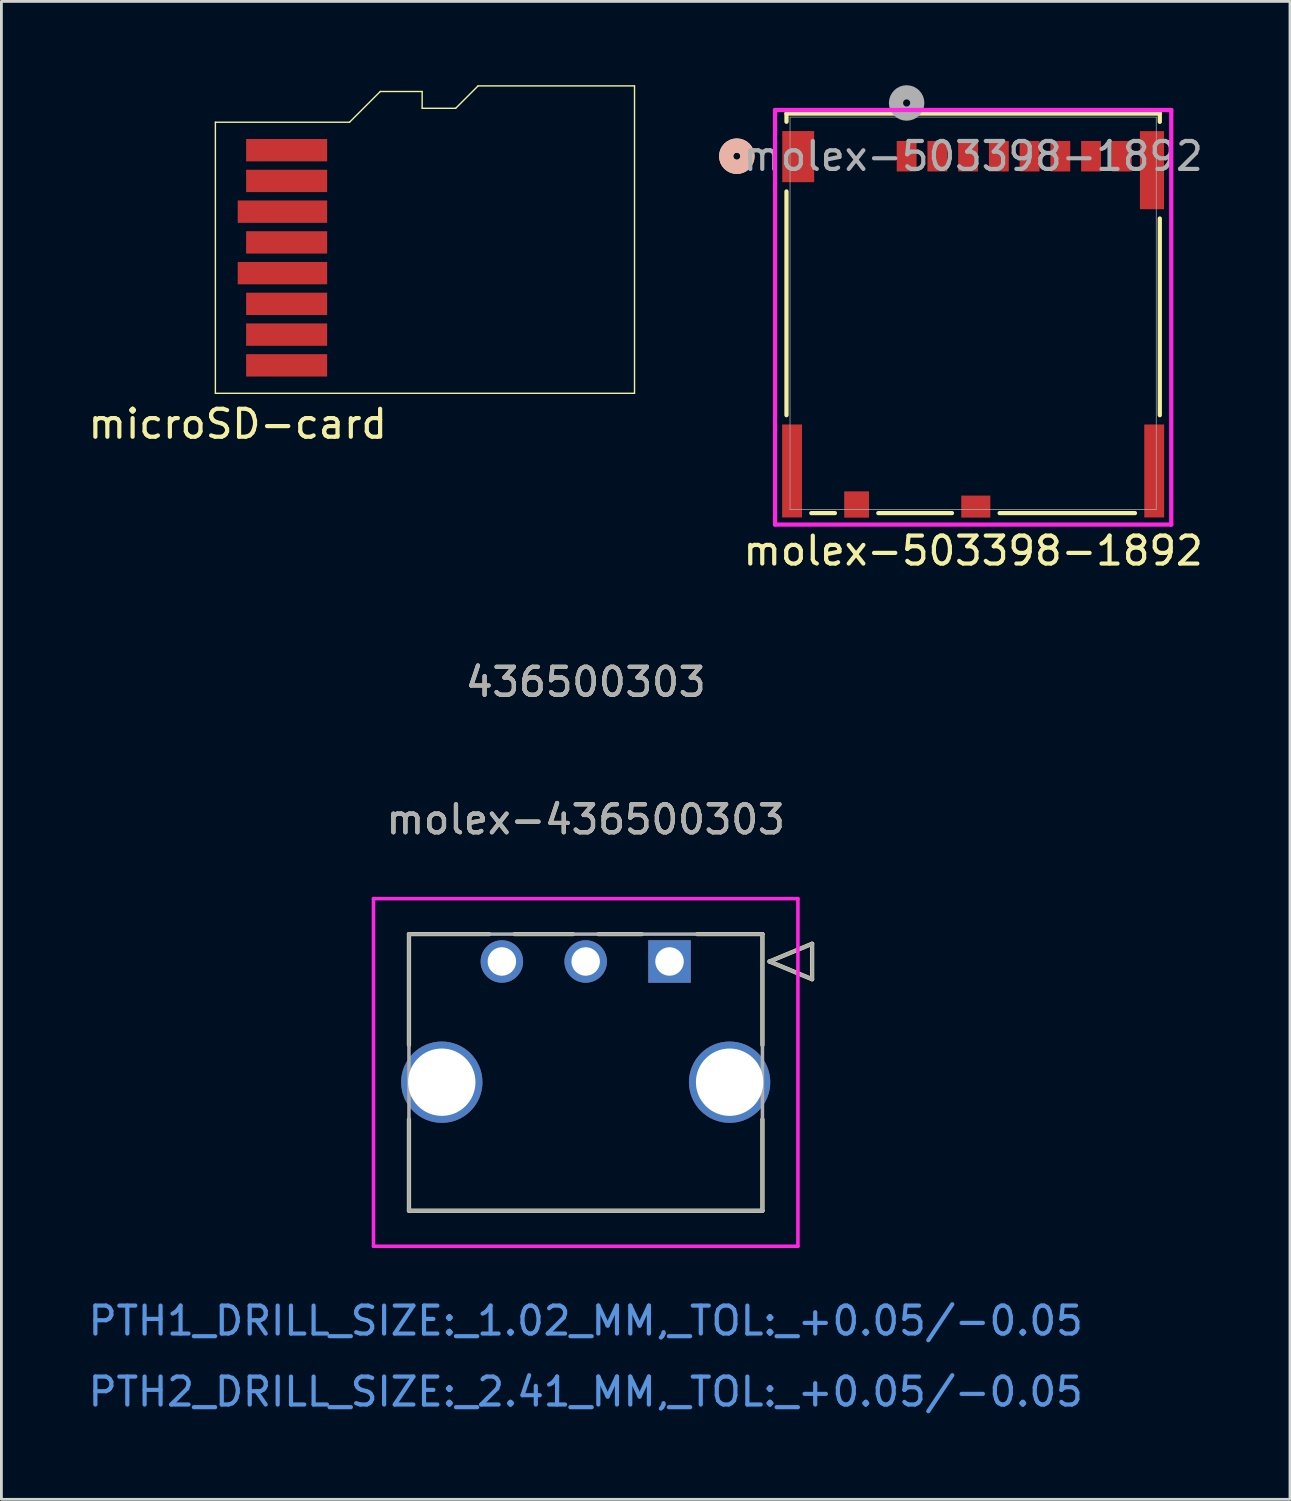
<source format=kicad_pcb>
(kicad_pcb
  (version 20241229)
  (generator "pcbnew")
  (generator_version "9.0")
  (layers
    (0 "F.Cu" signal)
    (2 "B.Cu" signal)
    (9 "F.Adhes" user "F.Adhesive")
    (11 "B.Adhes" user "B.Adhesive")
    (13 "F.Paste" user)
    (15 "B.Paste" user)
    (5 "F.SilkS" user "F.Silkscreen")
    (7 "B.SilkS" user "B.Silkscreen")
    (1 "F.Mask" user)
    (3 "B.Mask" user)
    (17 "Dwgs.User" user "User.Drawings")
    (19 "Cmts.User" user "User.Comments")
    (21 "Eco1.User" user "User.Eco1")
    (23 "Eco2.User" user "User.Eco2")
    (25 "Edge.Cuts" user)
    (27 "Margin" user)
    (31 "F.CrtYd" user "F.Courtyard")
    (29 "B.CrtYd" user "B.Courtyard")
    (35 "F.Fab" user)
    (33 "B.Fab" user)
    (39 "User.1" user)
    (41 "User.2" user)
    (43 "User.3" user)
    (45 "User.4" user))
  (footprint "molex-436500303"
    (layer "F.Cu")
    (at 20.911 31.36)
    (property "Reference" "molex-436500303" (at -3 -5.08 0) (unlocked yes) (layer "F.SilkS") (effects (font (size 1 1) (thickness 0.15))))
    (attr through_hole)
    (fp_line (start -9.325 -0.98) (end -9.325 2.99) (stroke (width 0.152) (type solid)) (layer "F.SilkS"))
    (fp_line (start -9.325 5.65) (end -9.325 8.92) (stroke (width 0.152) (type solid)) (layer "F.SilkS"))
    (fp_line (start -9.325 8.92) (end 3.325 8.92) (stroke (width 0.152) (type solid)) (layer "F.SilkS"))
    (fp_line (start -6.454 -0.98) (end -9.325 -0.98) (stroke (width 0.152) (type solid)) (layer "F.SilkS"))
    (fp_line (start -3.454 -0.98) (end -5.546 -0.98) (stroke (width 0.152) (type solid)) (layer "F.SilkS"))
    (fp_line (start -0.992 -0.98) (end -2.546 -0.98) (stroke (width 0.152) (type solid)) (layer "F.SilkS"))
    (fp_line (start 3.325 -0.98) (end 0.992 -0.98) (stroke (width 0.152) (type solid)) (layer "F.SilkS"))
    (fp_line (start 3.325 2.99) (end 3.325 -0.98) (stroke (width 0.152) (type solid)) (layer "F.SilkS"))
    (fp_line (start 3.325 8.92) (end 3.325 5.65) (stroke (width 0.152) (type solid)) (layer "F.SilkS"))
    (fp_line (start 3.579 0) (end 5.103 -0.635) (stroke (width 0.152) (type solid)) (layer "F.SilkS"))
    (fp_line (start 5.103 -0.635) (end 5.103 0.635) (stroke (width 0.152) (type solid)) (layer "F.SilkS"))
    (fp_line (start 5.103 0.635) (end 3.579 0) (stroke (width 0.152) (type solid)) (layer "F.SilkS"))
    (fp_line (start -10.595 -2.25) (end -10.595 10.19) (stroke (width 0.127) (type solid)) (layer "F.CrtYd"))
    (fp_line (start -10.595 10.19) (end 4.595 10.19) (stroke (width 0.127) (type solid)) (layer "F.CrtYd"))
    (fp_line (start 4.595 -2.25) (end -10.595 -2.25) (stroke (width 0.127) (type solid)) (layer "F.CrtYd"))
    (fp_line (start 4.595 10.19) (end 4.595 -2.25) (stroke (width 0.127) (type solid)) (layer "F.CrtYd"))
    (fp_line (start -9.325 -0.98) (end -9.325 8.92) (stroke (width 0.127) (type solid)) (layer "F.Fab"))
    (fp_line (start -9.325 8.92) (end 3.325 8.92) (stroke (width 0.127) (type solid)) (layer "F.Fab"))
    (fp_line (start 3.325 -0.98) (end -9.325 -0.98) (stroke (width 0.127) (type solid)) (layer "F.Fab"))
    (fp_line (start 3.325 8.92) (end 3.325 -0.98) (stroke (width 0.127) (type solid)) (layer "F.Fab"))
    (fp_line (start 3.579 0) (end 5.103 -0.635) (stroke (width 0.127) (type solid)) (layer "F.Fab"))
    (fp_line (start 5.103 -0.635) (end 5.103 0.635) (stroke (width 0.127) (type solid)) (layer "F.Fab"))
    (fp_line (start 5.103 0.635) (end 3.579 0) (stroke (width 0.127) (type solid)) (layer "F.Fab"))
    (fp_text user "436500303" (at -3 -10 0) (unlocked yes) (layer "F.SilkS") (effects (font (size 1 1) (thickness 0.15))))
    (fp_text user "PTH2_DRILL_SIZE:_2.41_MM,_TOL:_+0.05/-0.05" (at -3 15.4 0) (unlocked yes) (layer "Cmts.User") (effects (font (size 1 1) (thickness 0.15))))
    (fp_text user "PTH1_DRILL_SIZE:_1.02_MM,_TOL:_+0.05/-0.05" (at -3 12.86 0) (unlocked yes) (layer "Cmts.User") (effects (font (size 1 1) (thickness 0.15))))
    (fp_text user "436500303" (at -3 -10 0) (unlocked yes) (layer "F.Fab") (effects (font (size 1 1) (thickness 0.15))))
    (fp_text user "${REFERENCE}" (at -3 -5.08 0) (unlocked yes) (layer "F.Fab") (effects (font (size 1 1) (thickness 0.15))))
    (pad "1" thru_hole rect (at 0 0) (size 1.52 1.52) (drill 1.02) (layers "*.Cu" "*.Mask"))
    (pad "2" thru_hole circle (at -3 0) (size 1.52 1.52) (drill 1.02) (layers "*.Cu" "*.Mask"))
    (pad "3" thru_hole circle (at -6 0) (size 1.52 1.52) (drill 1.02) (layers "*.Cu" "*.Mask"))
    (pad "P1" thru_hole circle (at 2.15 4.32) (size 2.91 2.91) (drill 2.41) (layers "*.Cu" "*.Mask"))
    (pad "P2" thru_hole circle (at -8.15 4.32) (size 2.91 2.91) (drill 2.41) (layers "*.Cu" "*.Mask")))
  (footprint "microSD-card"
    (layer "F.Cu")
    (at 12.158 6.125)
    (property "Reference" "microSD-card" (at -6.7 6 0) (layer "F.SilkS") (effects (font (size 1 1) (thickness 0.15))))
    (attr through_hole)
    (fp_line (start -7.5 -4.8) (end -7.5 4.9) (stroke (width 0.05) (type solid)) (layer "F.SilkS"))
    (fp_line (start -2.7 -4.8) (end -7.5 -4.8) (stroke (width 0.05) (type solid)) (layer "F.SilkS"))
    (fp_line (start -2.7 -4.8) (end -1.6 -5.9) (stroke (width 0.05) (type solid)) (layer "F.SilkS"))
    (fp_line (start -0.1 -5.9) (end -1.6 -5.9) (stroke (width 0.05) (type solid)) (layer "F.SilkS"))
    (fp_line (start -0.1 -5.9) (end -0.1 -5.3) (stroke (width 0.05) (type solid)) (layer "F.SilkS"))
    (fp_line (start 1.1 -5.3) (end -0.1 -5.3) (stroke (width 0.05) (type solid)) (layer "F.SilkS"))
    (fp_line (start 1.1 -5.3) (end 1.9 -6.1) (stroke (width 0.05) (type solid)) (layer "F.SilkS"))
    (fp_line (start 1.9 -6.1) (end 7.5 -6.1) (stroke (width 0.05) (type solid)) (layer "F.SilkS"))
    (fp_line (start 7.5 -6.1) (end 7.5 4.9) (stroke (width 0.05) (type solid)) (layer "F.SilkS"))
    (fp_line (start 7.5 4.9) (end -7.5 4.9) (stroke (width 0.05) (type solid)) (layer "F.SilkS"))
    (pad "1" smd rect (at -4.95 -3.8 270) (size 0.8 2.9) (layers "F.Cu" "F.Mask" "F.Paste"))
    (pad "2" smd rect (at -4.95 -2.7 270) (size 0.8 2.9) (layers "F.Cu" "F.Mask" "F.Paste"))
    (pad "3" smd rect (at -5.1 -1.6 270) (size 0.8 3.2) (layers "F.Cu" "F.Mask" "F.Paste"))
    (pad "4" smd rect (at -4.95 -0.5 270) (size 0.8 2.9) (layers "F.Cu" "F.Mask" "F.Paste"))
    (pad "5" smd rect (at -5.1 0.6 270) (size 0.8 3.2) (layers "F.Cu" "F.Mask" "F.Paste"))
    (pad "6" smd rect (at -4.95 1.7 270) (size 0.8 2.9) (layers "F.Cu" "F.Mask" "F.Paste"))
    (pad "7" smd rect (at -4.95 2.8 270) (size 0.8 2.9) (layers "F.Cu" "F.Mask" "F.Paste"))
    (pad "8" smd rect (at -4.95 3.9 270) (size 0.8 2.9) (layers "F.Cu" "F.Mask" "F.Paste")))
  (footprint "molex-503398-1892"
    (layer "F.Cu")
    (at 31.777 8.163)
    (property "Reference" "molex-503398-1892" (at 0 8.5 0) (unlocked yes) (layer "F.SilkS") (effects (font (size 1 1) (thickness 0.15))))
    (attr smd)
    (fp_line (start -6.68 -7.15) (end -6.68 -6.855) (stroke (width 0.152) (type solid)) (layer "F.SilkS"))
    (fp_line (start -6.68 -4.361) (end -6.68 3.645) (stroke (width 0.152) (type solid)) (layer "F.SilkS"))
    (fp_line (start -5.792 7.15) (end -4.947 7.15) (stroke (width 0.152) (type solid)) (layer "F.SilkS"))
    (fp_line (start -3.393 7.15) (end -0.758 7.15) (stroke (width 0.152) (type solid)) (layer "F.SilkS"))
    (fp_line (start 0.948 7.15) (end 5.792 7.15) (stroke (width 0.152) (type solid)) (layer "F.SilkS"))
    (fp_line (start 6.68 -7.15) (end -6.68 -7.15) (stroke (width 0.152) (type solid)) (layer "F.SilkS"))
    (fp_line (start 6.68 -6.853) (end 6.68 -7.15) (stroke (width 0.152) (type solid)) (layer "F.SilkS"))
    (fp_line (start 6.68 3.645) (end 6.68 -3.393) (stroke (width 0.152) (type solid)) (layer "F.SilkS"))
    (fp_circle (center -8.458 -5.623) (end -8.077 -5.623) (stroke (width 0.508) (type solid)) (fill no) (layer "F.SilkS"))
    (fp_circle (center -8.458 -5.623) (end -8.077 -5.623) (stroke (width 0.508) (type solid)) (fill no) (layer "B.SilkS"))
    (fp_line (start -7.09 -7.277) (end -7.09 7.56) (stroke (width 0.152) (type solid)) (layer "F.CrtYd"))
    (fp_line (start -7.09 7.56) (end 7.09 7.56) (stroke (width 0.152) (type solid)) (layer "F.CrtYd"))
    (fp_line (start 7.09 -7.277) (end -7.09 -7.277) (stroke (width 0.152) (type solid)) (layer "F.CrtYd"))
    (fp_line (start 7.09 7.56) (end 7.09 -7.277) (stroke (width 0.152) (type solid)) (layer "F.CrtYd"))
    (fp_line (start -6.553 -7.023) (end -6.553 7.023) (stroke (width 0.025) (type solid)) (layer "F.Fab"))
    (fp_line (start -6.553 7.023) (end 6.553 7.023) (stroke (width 0.025) (type solid)) (layer "F.Fab"))
    (fp_line (start 6.553 -7.023) (end -6.553 -7.023) (stroke (width 0.025) (type solid)) (layer "F.Fab"))
    (fp_line (start 6.553 7.023) (end 6.553 -7.023) (stroke (width 0.025) (type solid)) (layer "F.Fab"))
    (fp_circle (center -2.38 -7.528) (end -1.999 -7.528) (stroke (width 0.508) (type solid)) (fill no) (layer "F.Fab"))
    (fp_text user "${REFERENCE}" (at 0 -5.623 0) (unlocked yes) (layer "F.Fab") (effects (font (size 1 1) (thickness 0.15))))
    (pad "1" smd rect (at -2.38 -5.623) (size 0.711 1.092) (layers "F.Cu" "F.Mask" "F.Paste"))
    (pad "2" smd rect (at -1.28 -5.623) (size 0.711 1.092) (layers "F.Cu" "F.Mask" "F.Paste"))
    (pad "3" smd rect (at -0.18 -5.623) (size 0.711 1.092) (layers "F.Cu" "F.Mask" "F.Paste"))
    (pad "4" smd rect (at 0.92 -5.623) (size 0.711 1.092) (layers "F.Cu" "F.Mask" "F.Paste"))
    (pad "5" smd rect (at 2.02 -5.623) (size 0.711 1.092) (layers "F.Cu" "F.Mask" "F.Paste"))
    (pad "6" smd rect (at 3.12 -5.623) (size 0.711 1.092) (layers "F.Cu" "F.Mask" "F.Paste"))
    (pad "7" smd rect (at 4.22 -5.623) (size 0.711 1.092) (layers "F.Cu" "F.Mask" "F.Paste"))
    (pad "8" smd rect (at 5.32 -5.623) (size 0.711 1.092) (layers "F.Cu" "F.Mask" "F.Paste"))
    (pad "9" smd rect (at -4.17 6.842) (size 0.889 0.94) (layers "F.Cu" "F.Mask" "F.Paste"))
    (pad "10" smd rect (at 0.095 6.917) (size 1.041 0.787) (layers "F.Cu" "F.Mask" "F.Paste"))
    (pad "11" smd rect (at -6.26 -5.608) (size 1.143 1.829) (layers "F.Cu" "F.Mask" "F.Paste"))
    (pad "12" smd rect (at -6.48 5.642) (size 0.711 3.327) (layers "F.Cu" "F.Mask" "F.Paste"))
    (pad "13" smd rect (at 6.48 5.642) (size 0.711 3.327) (layers "F.Cu" "F.Mask" "F.Paste"))
    (pad "14" smd rect (at 6.4 -5.123) (size 0.864 2.794) (layers "F.Cu" "F.Mask" "F.Paste")))
  (gr_rect
    (start -3 -3)
    (end 43.116 50.608)
    (stroke (width 0.1) (type default))
    (fill no)
    (layer "Edge.Cuts")))
</source>
